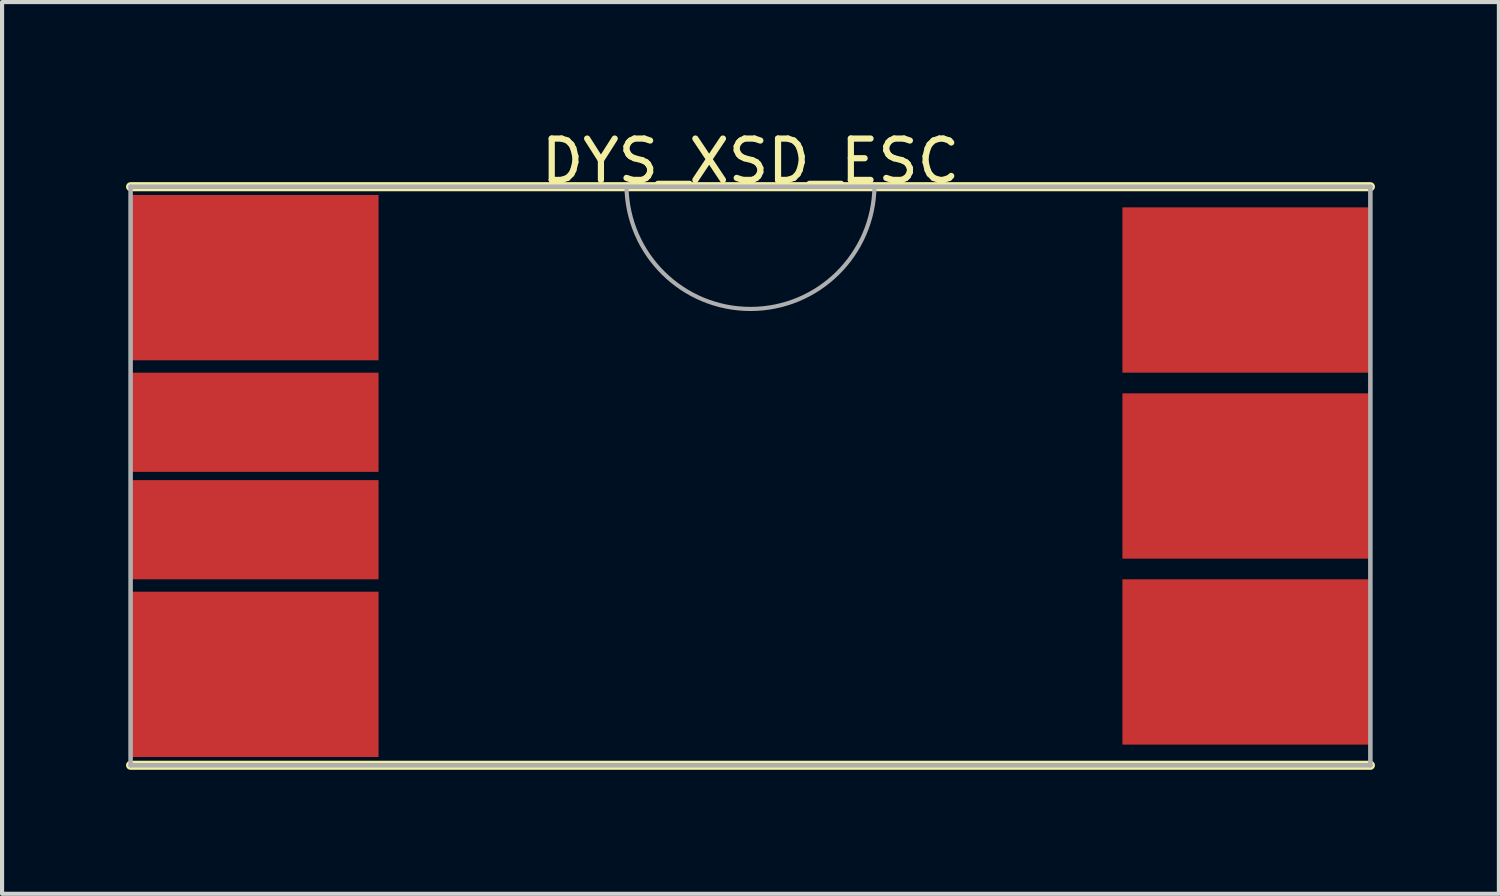
<source format=kicad_pcb>
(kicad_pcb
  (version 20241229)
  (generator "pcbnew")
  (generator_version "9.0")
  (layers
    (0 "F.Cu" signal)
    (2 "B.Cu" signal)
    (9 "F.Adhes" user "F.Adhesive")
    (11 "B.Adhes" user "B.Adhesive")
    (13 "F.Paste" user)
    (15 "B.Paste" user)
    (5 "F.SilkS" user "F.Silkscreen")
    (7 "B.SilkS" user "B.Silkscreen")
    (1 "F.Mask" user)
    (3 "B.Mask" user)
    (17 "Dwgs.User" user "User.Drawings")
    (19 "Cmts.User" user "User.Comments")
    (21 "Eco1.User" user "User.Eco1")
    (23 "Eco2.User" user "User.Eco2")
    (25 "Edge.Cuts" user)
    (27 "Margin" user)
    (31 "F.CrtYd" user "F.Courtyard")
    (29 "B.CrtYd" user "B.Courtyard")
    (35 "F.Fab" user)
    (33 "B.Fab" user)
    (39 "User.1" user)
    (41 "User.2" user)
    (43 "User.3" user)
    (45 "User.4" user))
  (footprint "DYS_XSD_ESC"
    (layer "F.Cu")
    (at 15.11 8.468)
    (property "Reference" "DYS_XSD_ESC" (at 0 -7.62 0) (unlocked yes) (layer "F.SilkS") (effects (font (size 1 1) (thickness 0.15))))
    (attr smd)
    (fp_line (start 5.08 -7) (end 5.08 -7) (stroke (width 0.12) (type default)) (layer "F.SilkS"))
    (fp_line (start 5.08 -7) (end 5.08 -7) (stroke (width 0.12) (type default)) (layer "F.SilkS"))
    (fp_line (start 15 -7) (end -15 -7) (stroke (width 0.22) (type default)) (layer "F.SilkS"))
    (fp_line (start 15 7) (end -15 7) (stroke (width 0.22) (type default)) (layer "F.SilkS"))
    (fp_line (start -15 7) (end -15 -7) (stroke (width 0.11) (type default)) (layer "F.Fab"))
    (fp_line (start 15 -7) (end -15 -7) (stroke (width 0.11) (type default)) (layer "F.Fab"))
    (fp_line (start 15 7) (end -15 7) (stroke (width 0.11) (type default)) (layer "F.Fab"))
    (fp_line (start 15 7) (end 15 -7) (stroke (width 0.11) (type default)) (layer "F.Fab"))
    (fp_arc (start 3 -7) (mid 0 -4.03938) (end -3 -7) (stroke (width 0.1) (type default)) (layer "F.Fab"))
    (pad "1" smd rect (at 12 -4.5) (size 6 4) (layers "F.Cu" "F.Mask" "F.Paste"))
    (pad "2" smd rect (at 12 0) (size 6 4) (layers "F.Cu" "F.Mask" "F.Paste"))
    (pad "3" smd rect (at 12 4.5) (size 6 4) (layers "F.Cu" "F.Mask" "F.Paste"))
    (pad "4" smd rect (at -12 -4.8) (size 6 4) (layers "F.Cu" "F.Mask" "F.Paste"))
    (pad "5" smd rect (at -12 -1.3) (size 6 2.4) (layers "F.Cu" "F.Mask" "F.Paste"))
    (pad "6" smd rect (at -12 1.3) (size 6 2.4) (layers "F.Cu" "F.Mask" "F.Paste"))
    (pad "6" smd rect (at -12 4.8) (size 6 4) (layers "F.Cu" "F.Mask" "F.Paste")))
  (gr_rect
    (start -3 -3)
    (end 33.22 18.578)
    (stroke (width 0.1) (type default))
    (fill no)
    (layer "Edge.Cuts")))
</source>
